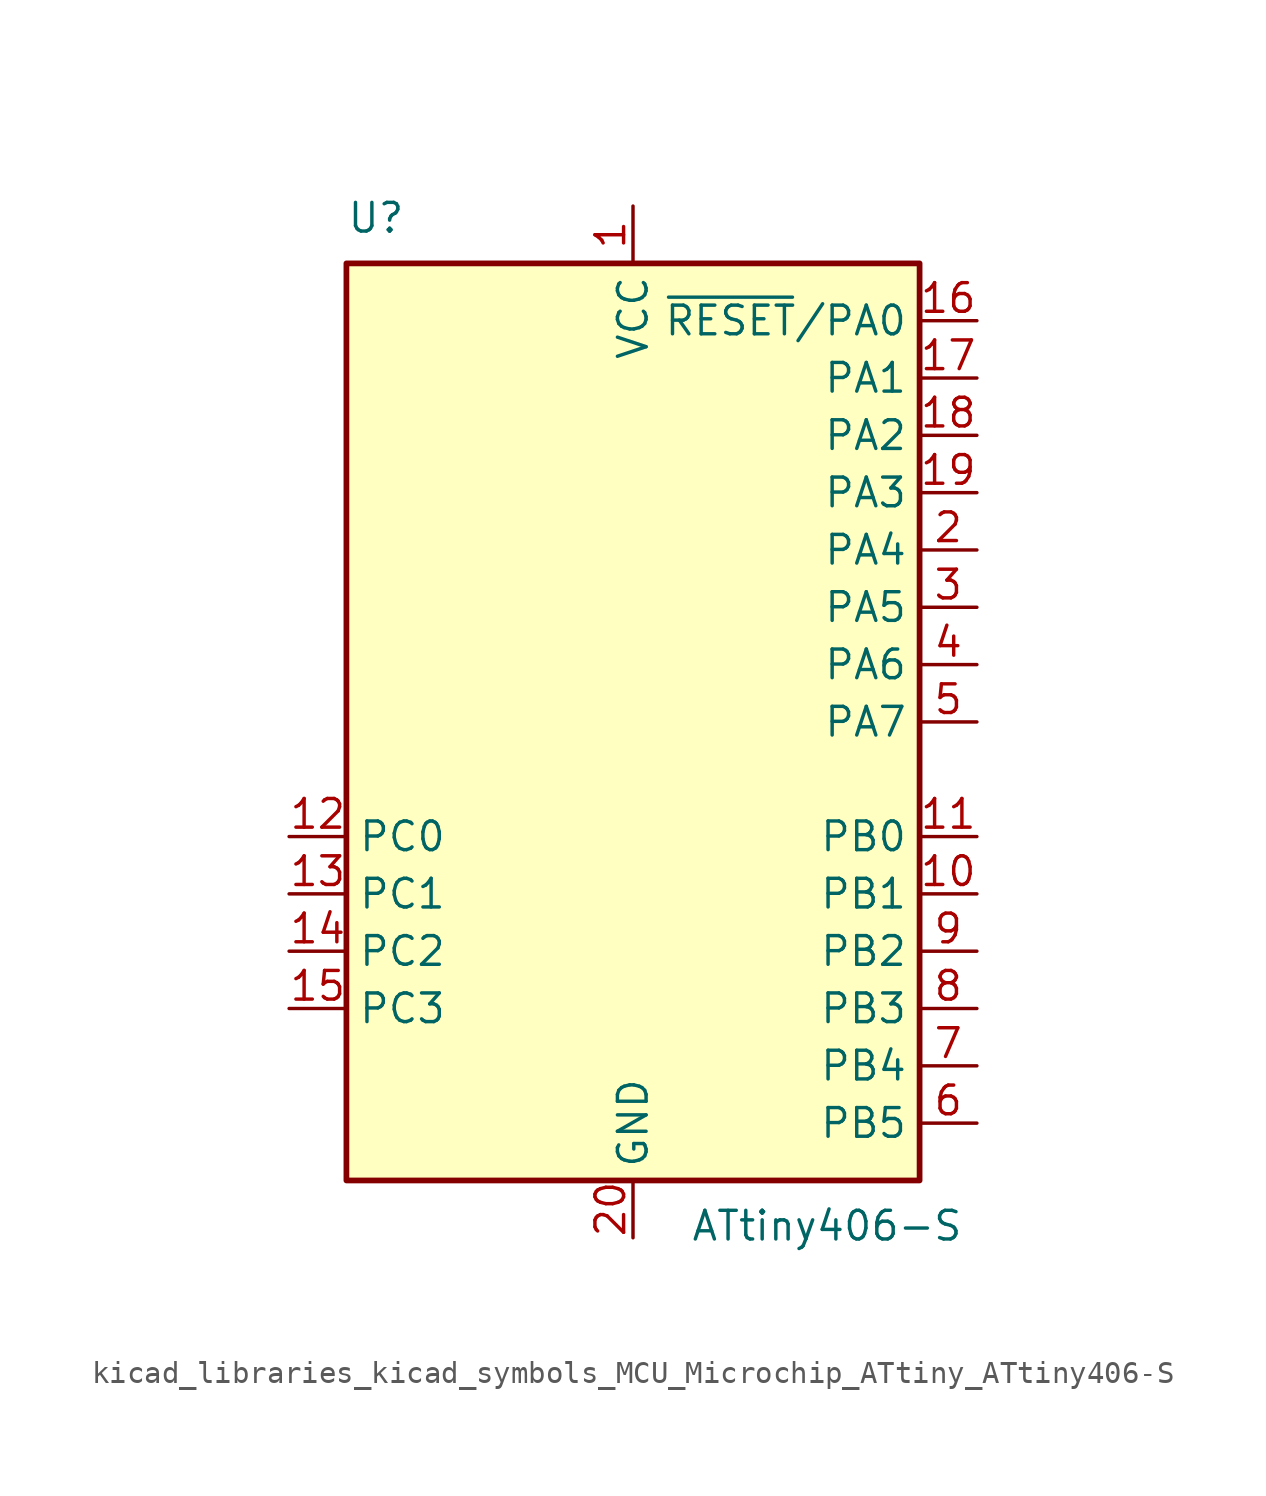
<source format=kicad_sym>
(kicad_symbol_lib
  (version 20220914)
  (generator kicad_symbol_editor)
  (symbol "kicad_libraries_kicad_symbols_MCU_Microchip_ATtiny_ATtiny406-S"
    (property "Reference" "U"
      (at -12.7 21.59 0)
      (effects (font (size 1.27 1.27)) (justify left bottom)))
    (property "Value" "ATtiny406-S"
      (at 2.54 -21.59 0)
      (effects (font (size 1.27 1.27)) (justify left top)))
    (symbol "kicad_libraries_kicad_symbols_MCU_Microchip_ATtiny_ATtiny406-S_0_1"
      (rectangle (start -12.7 -20.32) (end 12.7 20.32) (stroke (width 0.254) (type default)) (fill (type background))))
    (symbol "kicad_libraries_kicad_symbols_MCU_Microchip_ATtiny_ATtiny406-S_1_1"
      (pin power_in line (at 0 22.86 270) (length 2.54) (name "VCC" (effects (font (size 1.27 1.27)))) (number "1" (effects (font (size 1.27 1.27)))))
      (pin bidirectional line (at 15.24 -7.62 180) (length 2.54) (name "PB1" (effects (font (size 1.27 1.27)))) (number "10" (effects (font (size 1.27 1.27)))))
      (pin bidirectional line (at 15.24 -5.08 180) (length 2.54) (name "PB0" (effects (font (size 1.27 1.27)))) (number "11" (effects (font (size 1.27 1.27)))))
      (pin bidirectional line (at -15.24 -5.08 0) (length 2.54) (name "PC0" (effects (font (size 1.27 1.27)))) (number "12" (effects (font (size 1.27 1.27)))))
      (pin bidirectional line (at -15.24 -7.62 0) (length 2.54) (name "PC1" (effects (font (size 1.27 1.27)))) (number "13" (effects (font (size 1.27 1.27)))))
      (pin bidirectional line (at -15.24 -10.16 0) (length 2.54) (name "PC2" (effects (font (size 1.27 1.27)))) (number "14" (effects (font (size 1.27 1.27)))))
      (pin bidirectional line (at -15.24 -12.7 0) (length 2.54) (name "PC3" (effects (font (size 1.27 1.27)))) (number "15" (effects (font (size 1.27 1.27)))))
      (pin bidirectional line (at 15.24 17.78 180) (length 2.54) (name "~{RESET}/PA0" (effects (font (size 1.27 1.27)))) (number "16" (effects (font (size 1.27 1.27)))))
      (pin bidirectional line (at 15.24 15.24 180) (length 2.54) (name "PA1" (effects (font (size 1.27 1.27)))) (number "17" (effects (font (size 1.27 1.27)))))
      (pin bidirectional line (at 15.24 12.7 180) (length 2.54) (name "PA2" (effects (font (size 1.27 1.27)))) (number "18" (effects (font (size 1.27 1.27)))))
      (pin bidirectional line (at 15.24 10.16 180) (length 2.54) (name "PA3" (effects (font (size 1.27 1.27)))) (number "19" (effects (font (size 1.27 1.27)))))
      (pin bidirectional line (at 15.24 7.62 180) (length 2.54) (name "PA4" (effects (font (size 1.27 1.27)))) (number "2" (effects (font (size 1.27 1.27)))))
      (pin power_in line (at 0 -22.86 90) (length 2.54) (name "GND" (effects (font (size 1.27 1.27)))) (number "20" (effects (font (size 1.27 1.27)))))
      (pin bidirectional line (at 15.24 5.08 180) (length 2.54) (name "PA5" (effects (font (size 1.27 1.27)))) (number "3" (effects (font (size 1.27 1.27)))))
      (pin bidirectional line (at 15.24 2.54 180) (length 2.54) (name "PA6" (effects (font (size 1.27 1.27)))) (number "4" (effects (font (size 1.27 1.27)))))
      (pin bidirectional line (at 15.24 0 180) (length 2.54) (name "PA7" (effects (font (size 1.27 1.27)))) (number "5" (effects (font (size 1.27 1.27)))))
      (pin bidirectional line (at 15.24 -17.78 180) (length 2.54) (name "PB5" (effects (font (size 1.27 1.27)))) (number "6" (effects (font (size 1.27 1.27)))))
      (pin bidirectional line (at 15.24 -15.24 180) (length 2.54) (name "PB4" (effects (font (size 1.27 1.27)))) (number "7" (effects (font (size 1.27 1.27)))))
      (pin bidirectional line (at 15.24 -12.7 180) (length 2.54) (name "PB3" (effects (font (size 1.27 1.27)))) (number "8" (effects (font (size 1.27 1.27)))))
      (pin bidirectional line (at 15.24 -10.16 180) (length 2.54) (name "PB2" (effects (font (size 1.27 1.27)))) (number "9" (effects (font (size 1.27 1.27))))))))
</source>
